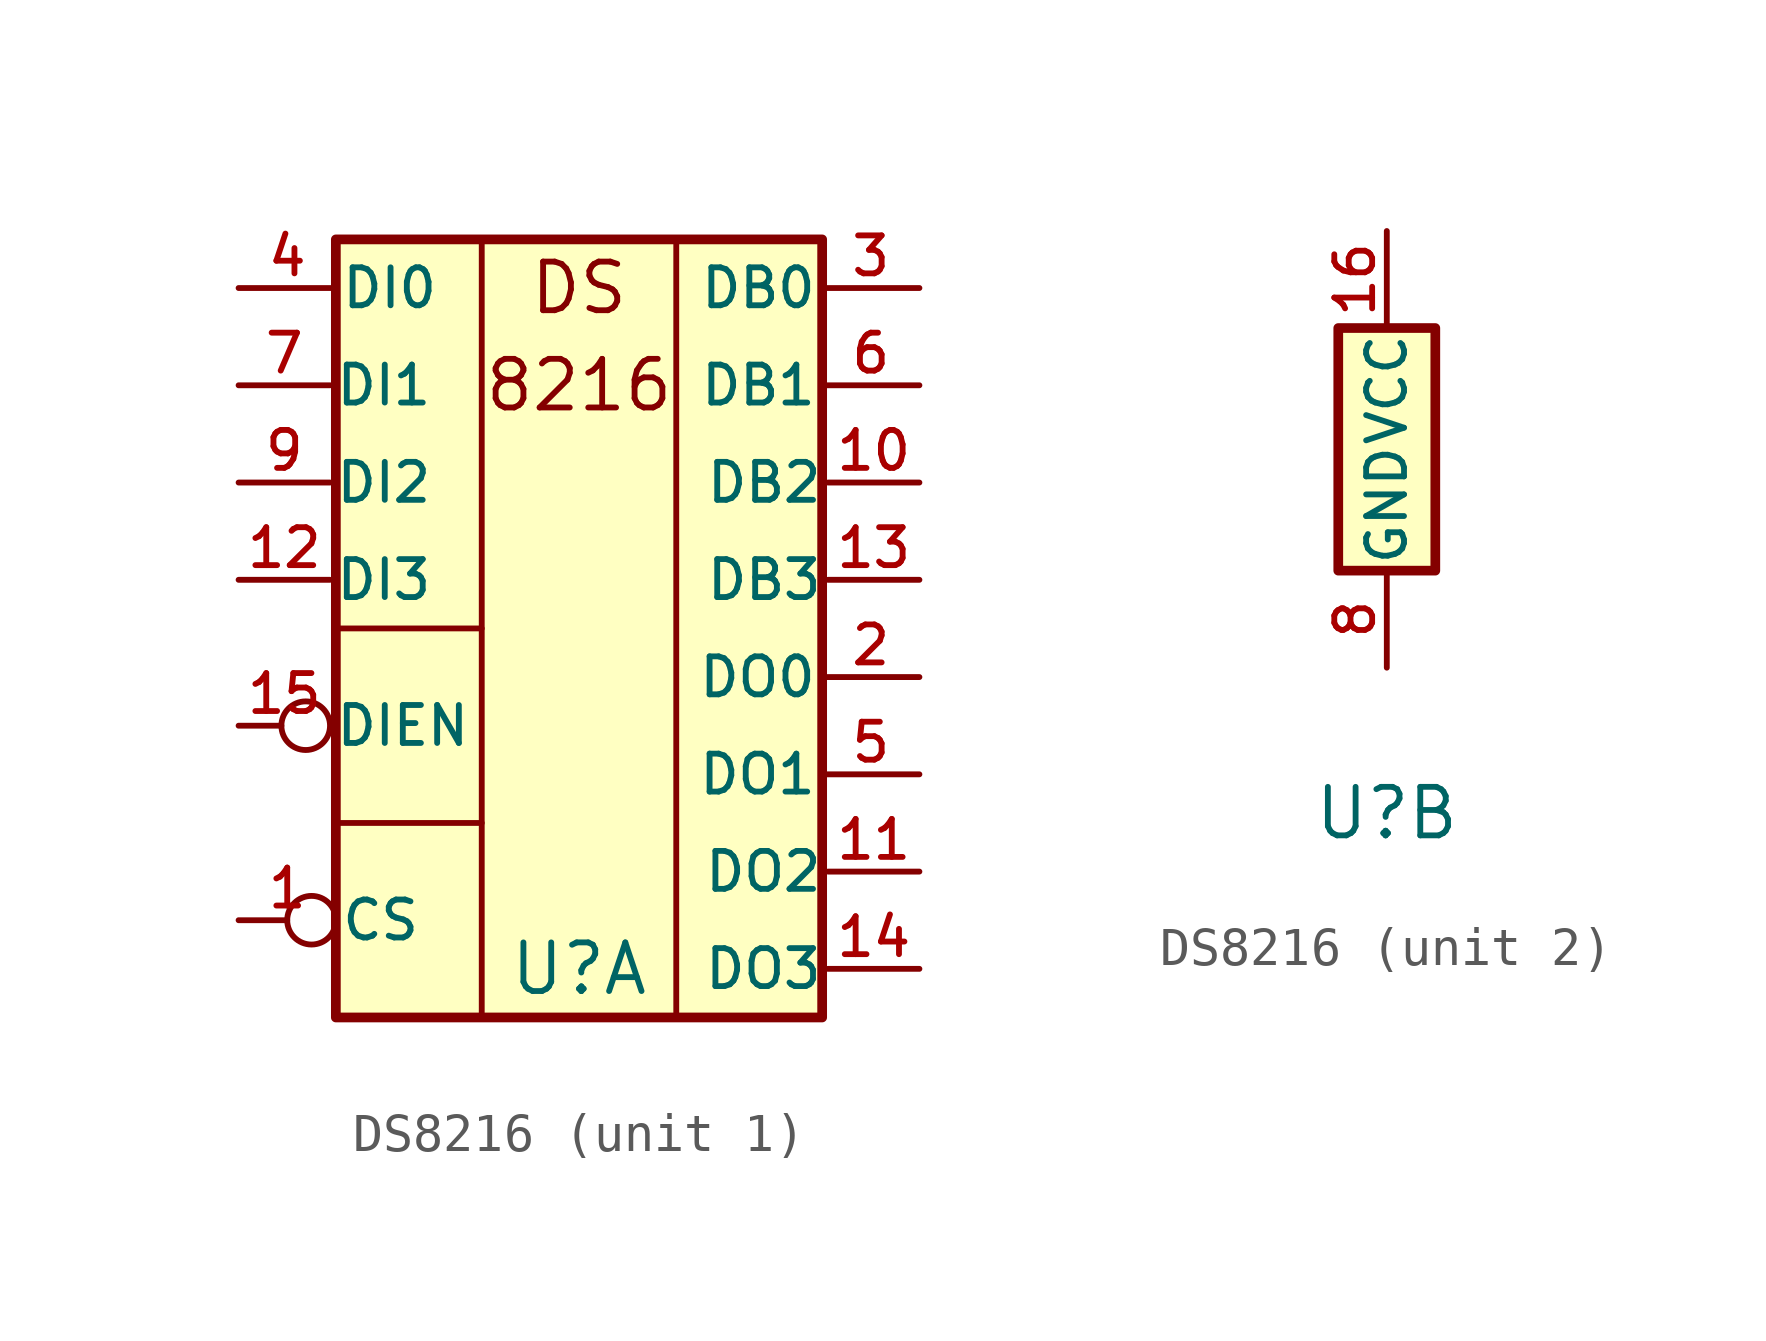
<source format=kicad_sym>
(kicad_symbol_lib
  (version 20211014)
  (generator kicad_symbol_editor)
  (symbol "DS8216"
    (pin_names
      (offset 0.102))
    (property "Reference" "U"
      (at 0 -8.89 0)
      (effects (font (size 1.27 1.27))))
    (property "ki_locked" ""
      (at 0 0 0)
      (effects (font (size 1.27 1.27))))
    (symbol "DS8216_1_0"
      (rectangle (start -6.35 -5.08) (end -2.54 -5.08) (stroke (width 0) (type default) (color 0 0 0 0)) (fill (type none)))
      (text "8216" (at 0 6.35 0) (effects (font (size 1.27 1.27))))
      (text "DS" (at 0 8.89 0) (effects (font (size 1.27 1.27))))
      (pin input inverted (at -8.89 -7.62 0) (length 2.54) (name "CS" (effects (font (size 0.991 0.991)))) (number "1" (effects (font (size 0.991 0.991)))))
      (pin tri_state line (at 8.89 3.81 180) (length 2.388) (name "DB2" (effects (font (size 0.991 0.991)))) (number "10" (effects (font (size 0.991 0.991)))))
      (pin tri_state line (at 8.89 -6.35 180) (length 2.388) (name "DO2" (effects (font (size 0.991 0.991)))) (number "11" (effects (font (size 0.991 0.991)))))
      (pin input line (at -8.89 1.27 0) (length 2.388) (name "DI3" (effects (font (size 0.991 0.991)))) (number "12" (effects (font (size 0.991 0.991)))))
      (pin tri_state line (at 8.89 1.27 180) (length 2.388) (name "DB3" (effects (font (size 0.991 0.991)))) (number "13" (effects (font (size 0.991 0.991)))))
      (pin tri_state line (at 8.89 -8.89 180) (length 2.388) (name "DO3" (effects (font (size 0.991 0.991)))) (number "14" (effects (font (size 0.991 0.991)))))
      (pin input inverted (at -8.89 -2.54 0) (length 2.388) (name "DIEN" (effects (font (size 0.991 0.991)))) (number "15" (effects (font (size 0.991 0.991)))))
      (pin tri_state line (at 8.89 -1.27 180) (length 2.54) (name "DO0" (effects (font (size 0.991 0.991)))) (number "2" (effects (font (size 0.991 0.991)))))
      (pin tri_state line (at 8.89 8.89 180) (length 2.54) (name "DB0" (effects (font (size 0.991 0.991)))) (number "3" (effects (font (size 0.991 0.991)))))
      (pin input line (at -8.89 8.89 0) (length 2.54) (name "DI0" (effects (font (size 0.991 0.991)))) (number "4" (effects (font (size 0.991 0.991)))))
      (pin tri_state line (at 8.89 -3.81 180) (length 2.54) (name "DO1" (effects (font (size 0.991 0.991)))) (number "5" (effects (font (size 0.991 0.991)))))
      (pin tri_state line (at 8.89 6.35 180) (length 2.54) (name "DB1" (effects (font (size 0.991 0.991)))) (number "6" (effects (font (size 0.991 0.991)))))
      (pin input line (at -8.89 6.35 0) (length 2.388) (name "DI1" (effects (font (size 0.991 0.991)))) (number "7" (effects (font (size 0.991 0.991)))))
      (pin input line (at -8.89 3.81 0) (length 2.388) (name "DI2" (effects (font (size 0.991 0.991)))) (number "9" (effects (font (size 0.991 0.991))))))
    (symbol "DS8216_1_1"
      (rectangle (start -6.35 0) (end -2.54 0) (stroke (width 0) (type default) (color 0 0 0 0)) (fill (type none)))
      (rectangle (start -6.35 10.16) (end 6.35 -10.16) (stroke (width 0.254) (type default) (color 0 0 0 0)) (fill (type background)))
      (rectangle (start -2.54 10.16) (end -2.54 -10.16) (stroke (width 0) (type default) (color 0 0 0 0)) (fill (type none)))
      (rectangle (start 2.54 10.16) (end 2.54 -10.16) (stroke (width 0) (type default) (color 0 0 0 0)) (fill (type none))))
    (symbol "DS8216_2_0"
      (pin power_in line (at 0 6.35 270) (length 2.54) (name "VCC" (effects (font (size 0.991 0.991)))) (number "16" (effects (font (size 0.991 0.991)))))
      (pin power_in line (at 0 -5.08 90) (length 2.54) (name "GND" (effects (font (size 0.991 0.991)))) (number "8" (effects (font (size 0.991 0.991))))))
    (symbol "DS8216_2_1"
      (rectangle (start -1.27 3.81) (end 1.27 -2.54) (stroke (width 0.254) (type default) (color 0 0 0 0)) (fill (type background))))))
</source>
